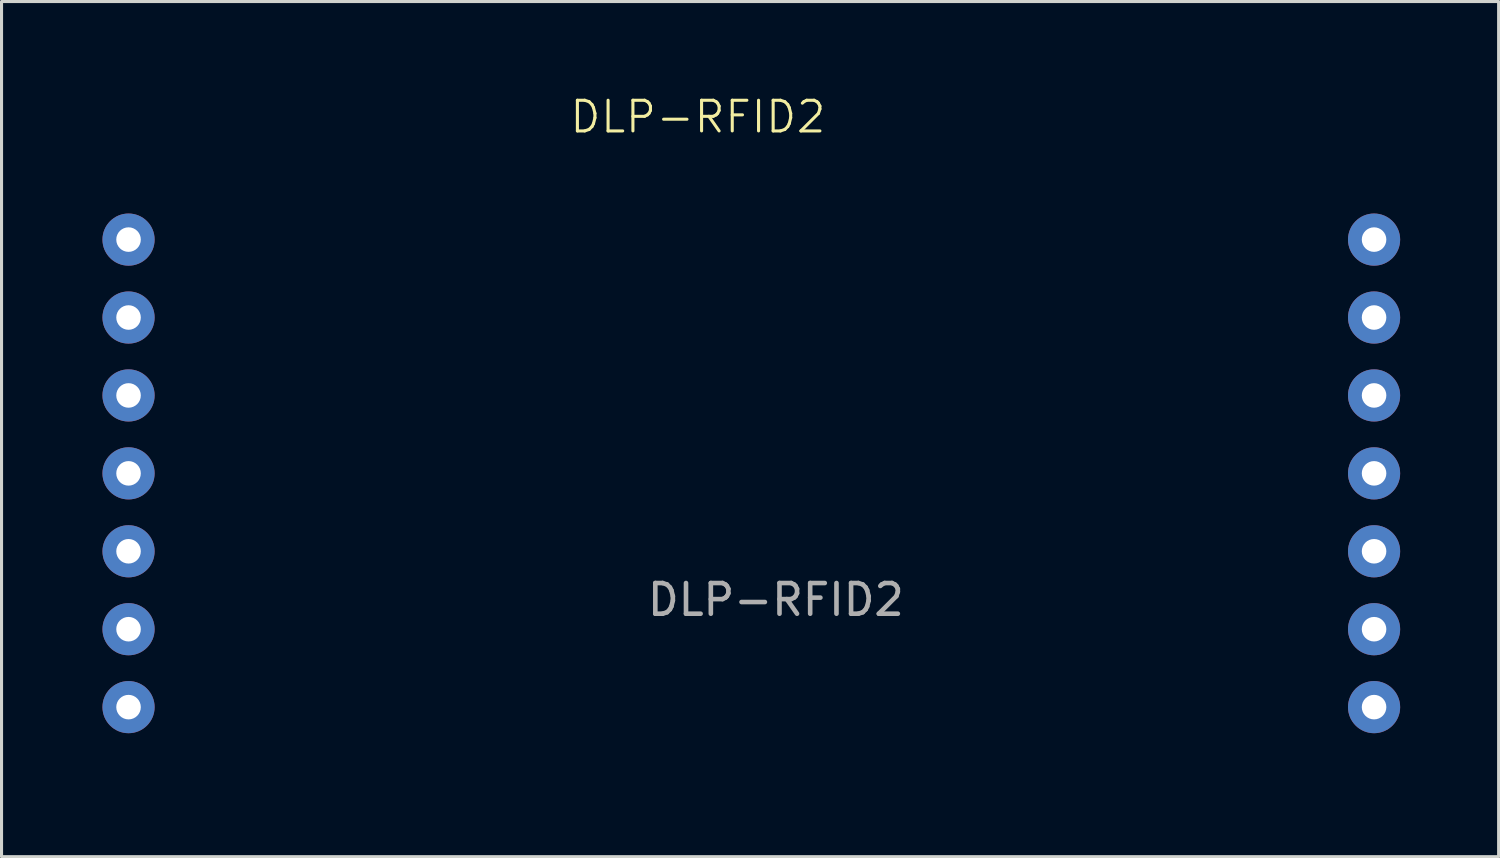
<source format=kicad_pcb>
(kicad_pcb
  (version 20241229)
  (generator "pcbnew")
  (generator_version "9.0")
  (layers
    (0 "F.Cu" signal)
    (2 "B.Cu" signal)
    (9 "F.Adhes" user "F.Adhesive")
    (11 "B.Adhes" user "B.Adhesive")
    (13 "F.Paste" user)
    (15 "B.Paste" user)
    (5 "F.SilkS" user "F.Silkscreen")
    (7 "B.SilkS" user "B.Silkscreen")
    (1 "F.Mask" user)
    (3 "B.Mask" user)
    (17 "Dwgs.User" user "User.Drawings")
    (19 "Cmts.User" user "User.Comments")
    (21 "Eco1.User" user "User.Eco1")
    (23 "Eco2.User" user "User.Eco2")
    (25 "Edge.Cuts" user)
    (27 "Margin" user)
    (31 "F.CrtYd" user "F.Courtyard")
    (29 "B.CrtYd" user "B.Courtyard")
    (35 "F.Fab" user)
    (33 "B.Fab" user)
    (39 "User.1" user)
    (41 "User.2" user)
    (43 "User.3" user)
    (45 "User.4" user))
  (footprint "DLP-RFID2"
    (layer "F.Cu")
    (at 22.24 16)
    (property "Reference" "DLP-RFID2" (at -2.54 -15.24 0) (unlocked yes) (layer "F.SilkS") (effects (font (size 1 1) (thickness 0.1))))
    (attr smd)
    (fp_rect (start -22.19 -12.975) (end 20.51 5.825) (stroke (width 0.1) (type solid)) (fill no) (layer "Eco1.User"))
    (fp_text user "${REFERENCE}" (at 0 0.5 0) (unlocked yes) (layer "F.Fab") (effects (font (size 1 1) (thickness 0.15))))
    (pad "1" thru_hole circle (at -21.1 -11.24) (size 1.7 1.7) (drill 0.8) (layers "*.Cu" "*.Mask"))
    (pad "2" thru_hole circle (at 19.5 -11.24) (size 1.7 1.7) (drill 0.8) (layers "*.Cu" "*.Mask"))
    (pad "3" thru_hole circle (at -21.1 -8.7) (size 1.7 1.7) (drill 0.8) (layers "*.Cu" "*.Mask"))
    (pad "4" thru_hole circle (at 19.5 -8.7) (size 1.7 1.7) (drill 0.8) (layers "*.Cu" "*.Mask"))
    (pad "5" thru_hole circle (at -21.1 -6.16) (size 1.7 1.7) (drill 0.8) (layers "*.Cu" "*.Mask"))
    (pad "6" thru_hole circle (at 19.5 -6.16) (size 1.7 1.7) (drill 0.8) (layers "*.Cu" "*.Mask"))
    (pad "7" thru_hole circle (at -21.1 -3.62) (size 1.7 1.7) (drill 0.8) (layers "*.Cu" "*.Mask"))
    (pad "8" thru_hole circle (at 19.5 -3.62) (size 1.7 1.7) (drill 0.8) (layers "*.Cu" "*.Mask"))
    (pad "9" thru_hole circle (at -21.1 -1.08) (size 1.7 1.7) (drill 0.8) (layers "*.Cu" "*.Mask"))
    (pad "10" thru_hole circle (at 19.5 -1.08) (size 1.7 1.7) (drill 0.8) (layers "*.Cu" "*.Mask"))
    (pad "11" thru_hole circle (at -21.1 1.46) (size 1.7 1.7) (drill 0.8) (layers "*.Cu" "*.Mask"))
    (pad "12" thru_hole circle (at 19.5 1.46) (size 1.7 1.7) (drill 0.8) (layers "*.Cu" "*.Mask"))
    (pad "13" thru_hole circle (at -21.1 4) (size 1.7 1.7) (drill 0.8) (layers "*.Cu" "*.Mask"))
    (pad "14" thru_hole circle (at 19.5 4) (size 1.7 1.7) (drill 0.8) (layers "*.Cu" "*.Mask")))
  (gr_rect
    (start -3 -3)
    (end 45.8 24.875)
    (stroke (width 0.1) (type default))
    (fill no)
    (layer "Edge.Cuts")))
</source>
